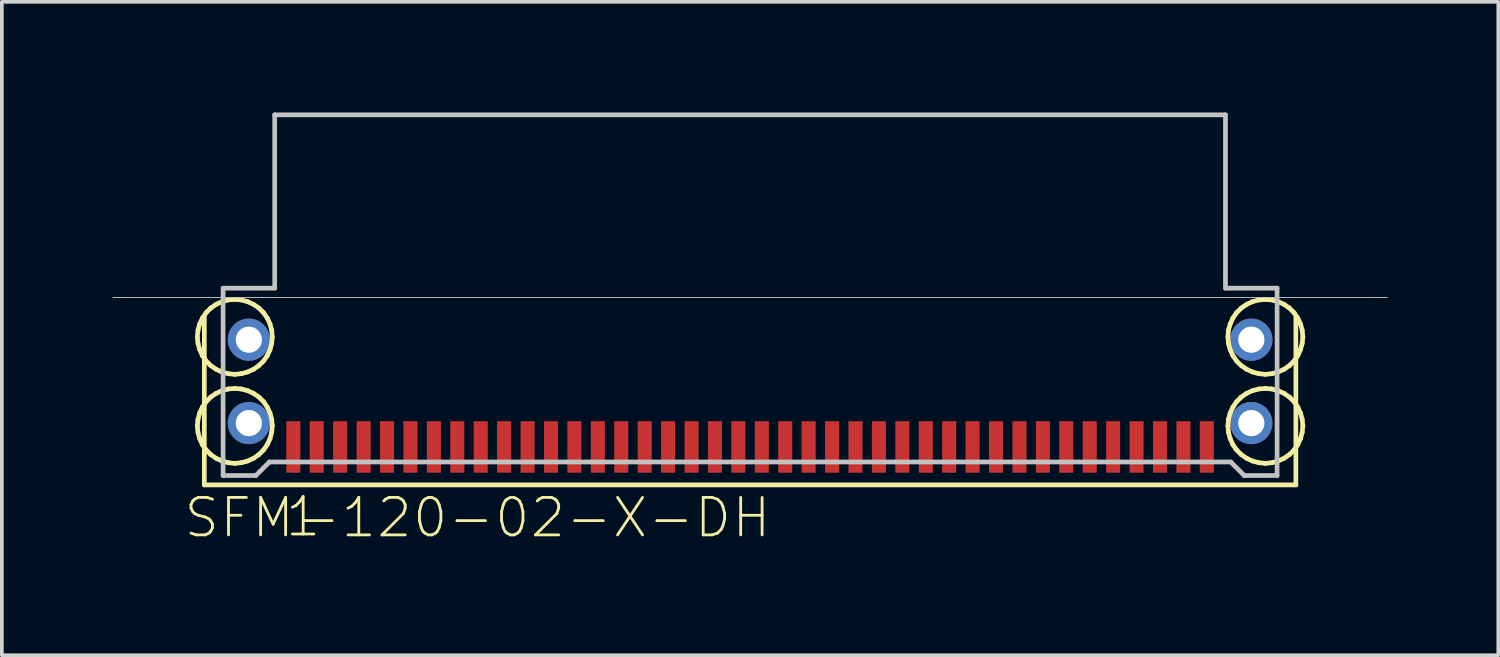
<source format=kicad_pcb>
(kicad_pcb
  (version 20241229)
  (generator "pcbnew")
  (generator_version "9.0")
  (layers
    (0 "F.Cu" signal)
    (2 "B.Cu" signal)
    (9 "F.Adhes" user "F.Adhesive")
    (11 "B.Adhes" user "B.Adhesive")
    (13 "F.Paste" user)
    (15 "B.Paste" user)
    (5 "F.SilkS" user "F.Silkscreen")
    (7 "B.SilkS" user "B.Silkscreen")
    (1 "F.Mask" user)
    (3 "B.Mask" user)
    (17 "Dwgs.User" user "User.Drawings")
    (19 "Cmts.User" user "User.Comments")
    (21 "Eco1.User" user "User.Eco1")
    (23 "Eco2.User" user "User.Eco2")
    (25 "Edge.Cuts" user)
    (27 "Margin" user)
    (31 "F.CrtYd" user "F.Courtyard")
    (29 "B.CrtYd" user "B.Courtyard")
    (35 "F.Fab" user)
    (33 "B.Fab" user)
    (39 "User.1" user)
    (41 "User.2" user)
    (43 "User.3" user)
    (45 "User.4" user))
  (footprint "SFM-120-02-X-DH"
    (layer "F.Cu")
    (at 17.285 5.016)
    (property "Reference" "SFM-120-02-X-DH" (at -7.391 5.969 0) (layer "F.SilkS") (effects (font (size 1.016 1.016) (thickness 0.076))))
    (attr smd)
    (fp_line (start -14.986 1.067) (end -14.968 0.889) (stroke (width 0.127) (type solid)) (layer "F.SilkS"))
    (fp_line (start -14.986 3.48) (end -14.968 3.302) (stroke (width 0.127) (type solid)) (layer "F.SilkS"))
    (fp_line (start -14.968 0.889) (end -14.922 0.719) (stroke (width 0.127) (type solid)) (layer "F.SilkS"))
    (fp_line (start -14.968 1.242) (end -14.986 1.067) (stroke (width 0.127) (type solid)) (layer "F.SilkS"))
    (fp_line (start -14.968 3.302) (end -14.922 3.132) (stroke (width 0.127) (type solid)) (layer "F.SilkS"))
    (fp_line (start -14.968 3.655) (end -14.986 3.48) (stroke (width 0.127) (type solid)) (layer "F.SilkS"))
    (fp_line (start -14.922 0.719) (end -14.849 0.559) (stroke (width 0.127) (type solid)) (layer "F.SilkS"))
    (fp_line (start -14.922 1.412) (end -14.968 1.242) (stroke (width 0.127) (type solid)) (layer "F.SilkS"))
    (fp_line (start -14.922 3.132) (end -14.849 2.972) (stroke (width 0.127) (type solid)) (layer "F.SilkS"))
    (fp_line (start -14.922 3.825) (end -14.968 3.655) (stroke (width 0.127) (type solid)) (layer "F.SilkS"))
    (fp_line (start -14.849 0.559) (end -14.747 0.411) (stroke (width 0.127) (type solid)) (layer "F.SilkS"))
    (fp_line (start -14.849 1.575) (end -14.922 1.412) (stroke (width 0.127) (type solid)) (layer "F.SilkS"))
    (fp_line (start -14.849 2.972) (end -14.747 2.824) (stroke (width 0.127) (type solid)) (layer "F.SilkS"))
    (fp_line (start -14.849 3.988) (end -14.922 3.825) (stroke (width 0.127) (type solid)) (layer "F.SilkS"))
    (fp_line (start -14.796 0.508) (end -14.796 5.08) (stroke (width 0.127) (type solid)) (layer "F.SilkS"))
    (fp_line (start -14.796 5.08) (end 14.796 5.08) (stroke (width 0.127) (type solid)) (layer "F.SilkS"))
    (fp_line (start -14.747 0.411) (end -14.623 0.287) (stroke (width 0.127) (type solid)) (layer "F.SilkS"))
    (fp_line (start -14.747 1.72) (end -14.849 1.575) (stroke (width 0.127) (type solid)) (layer "F.SilkS"))
    (fp_line (start -14.747 2.824) (end -14.623 2.7) (stroke (width 0.127) (type solid)) (layer "F.SilkS"))
    (fp_line (start -14.747 4.133) (end -14.849 3.988) (stroke (width 0.127) (type solid)) (layer "F.SilkS"))
    (fp_line (start -14.623 0.287) (end -14.475 0.185) (stroke (width 0.127) (type solid)) (layer "F.SilkS"))
    (fp_line (start -14.623 1.844) (end -14.747 1.72) (stroke (width 0.127) (type solid)) (layer "F.SilkS"))
    (fp_line (start -14.623 2.7) (end -14.475 2.598) (stroke (width 0.127) (type solid)) (layer "F.SilkS"))
    (fp_line (start -14.623 4.257) (end -14.747 4.133) (stroke (width 0.127) (type solid)) (layer "F.SilkS"))
    (fp_line (start -14.475 0.185) (end -14.315 0.112) (stroke (width 0.127) (type solid)) (layer "F.SilkS"))
    (fp_line (start -14.475 1.946) (end -14.623 1.844) (stroke (width 0.127) (type solid)) (layer "F.SilkS"))
    (fp_line (start -14.475 2.598) (end -14.315 2.525) (stroke (width 0.127) (type solid)) (layer "F.SilkS"))
    (fp_line (start -14.475 4.359) (end -14.623 4.257) (stroke (width 0.127) (type solid)) (layer "F.SilkS"))
    (fp_line (start -14.315 0.112) (end -14.145 0.066) (stroke (width 0.127) (type solid)) (layer "F.SilkS"))
    (fp_line (start -14.315 2.019) (end -14.475 1.946) (stroke (width 0.127) (type solid)) (layer "F.SilkS"))
    (fp_line (start -14.315 2.525) (end -14.145 2.479) (stroke (width 0.127) (type solid)) (layer "F.SilkS"))
    (fp_line (start -14.315 4.432) (end -14.475 4.359) (stroke (width 0.127) (type solid)) (layer "F.SilkS"))
    (fp_line (start -14.145 0.066) (end -13.97 0.051) (stroke (width 0.127) (type solid)) (layer "F.SilkS"))
    (fp_line (start -14.145 2.065) (end -14.315 2.019) (stroke (width 0.127) (type solid)) (layer "F.SilkS"))
    (fp_line (start -14.145 2.479) (end -13.97 2.464) (stroke (width 0.127) (type solid)) (layer "F.SilkS"))
    (fp_line (start -14.145 4.478) (end -14.315 4.432) (stroke (width 0.127) (type solid)) (layer "F.SilkS"))
    (fp_line (start -13.97 0.051) (end -13.792 0.066) (stroke (width 0.127) (type solid)) (layer "F.SilkS"))
    (fp_line (start -13.97 2.083) (end -14.145 2.065) (stroke (width 0.127) (type solid)) (layer "F.SilkS"))
    (fp_line (start -13.97 2.464) (end -13.792 2.479) (stroke (width 0.127) (type solid)) (layer "F.SilkS"))
    (fp_line (start -13.97 4.496) (end -14.145 4.478) (stroke (width 0.127) (type solid)) (layer "F.SilkS"))
    (fp_line (start -13.792 0.066) (end -13.622 0.112) (stroke (width 0.127) (type solid)) (layer "F.SilkS"))
    (fp_line (start -13.792 2.065) (end -13.97 2.083) (stroke (width 0.127) (type solid)) (layer "F.SilkS"))
    (fp_line (start -13.792 2.479) (end -13.622 2.525) (stroke (width 0.127) (type solid)) (layer "F.SilkS"))
    (fp_line (start -13.792 4.478) (end -13.97 4.496) (stroke (width 0.127) (type solid)) (layer "F.SilkS"))
    (fp_line (start -13.622 0.112) (end -13.462 0.185) (stroke (width 0.127) (type solid)) (layer "F.SilkS"))
    (fp_line (start -13.622 2.019) (end -13.792 2.065) (stroke (width 0.127) (type solid)) (layer "F.SilkS"))
    (fp_line (start -13.622 2.525) (end -13.462 2.598) (stroke (width 0.127) (type solid)) (layer "F.SilkS"))
    (fp_line (start -13.622 4.432) (end -13.792 4.478) (stroke (width 0.127) (type solid)) (layer "F.SilkS"))
    (fp_line (start -13.462 0.185) (end -13.315 0.287) (stroke (width 0.127) (type solid)) (layer "F.SilkS"))
    (fp_line (start -13.462 1.946) (end -13.622 2.019) (stroke (width 0.127) (type solid)) (layer "F.SilkS"))
    (fp_line (start -13.462 2.598) (end -13.315 2.7) (stroke (width 0.127) (type solid)) (layer "F.SilkS"))
    (fp_line (start -13.462 4.359) (end -13.622 4.432) (stroke (width 0.127) (type solid)) (layer "F.SilkS"))
    (fp_line (start -13.315 0.287) (end -13.19 0.411) (stroke (width 0.127) (type solid)) (layer "F.SilkS"))
    (fp_line (start -13.315 1.844) (end -13.462 1.946) (stroke (width 0.127) (type solid)) (layer "F.SilkS"))
    (fp_line (start -13.315 2.7) (end -13.19 2.824) (stroke (width 0.127) (type solid)) (layer "F.SilkS"))
    (fp_line (start -13.315 4.257) (end -13.462 4.359) (stroke (width 0.127) (type solid)) (layer "F.SilkS"))
    (fp_line (start -13.19 0.411) (end -13.089 0.559) (stroke (width 0.127) (type solid)) (layer "F.SilkS"))
    (fp_line (start -13.19 1.72) (end -13.315 1.844) (stroke (width 0.127) (type solid)) (layer "F.SilkS"))
    (fp_line (start -13.19 2.824) (end -13.089 2.972) (stroke (width 0.127) (type solid)) (layer "F.SilkS"))
    (fp_line (start -13.19 4.133) (end -13.315 4.257) (stroke (width 0.127) (type solid)) (layer "F.SilkS"))
    (fp_line (start -13.089 0.559) (end -13.015 0.719) (stroke (width 0.127) (type solid)) (layer "F.SilkS"))
    (fp_line (start -13.089 1.575) (end -13.19 1.72) (stroke (width 0.127) (type solid)) (layer "F.SilkS"))
    (fp_line (start -13.089 2.972) (end -13.015 3.132) (stroke (width 0.127) (type solid)) (layer "F.SilkS"))
    (fp_line (start -13.089 3.988) (end -13.19 4.133) (stroke (width 0.127) (type solid)) (layer "F.SilkS"))
    (fp_line (start -13.015 0.719) (end -12.969 0.889) (stroke (width 0.127) (type solid)) (layer "F.SilkS"))
    (fp_line (start -13.015 1.412) (end -13.089 1.575) (stroke (width 0.127) (type solid)) (layer "F.SilkS"))
    (fp_line (start -13.015 3.132) (end -12.969 3.302) (stroke (width 0.127) (type solid)) (layer "F.SilkS"))
    (fp_line (start -13.015 3.825) (end -13.089 3.988) (stroke (width 0.127) (type solid)) (layer "F.SilkS"))
    (fp_line (start -12.969 0.889) (end -12.954 1.067) (stroke (width 0.127) (type solid)) (layer "F.SilkS"))
    (fp_line (start -12.969 1.242) (end -13.015 1.412) (stroke (width 0.127) (type solid)) (layer "F.SilkS"))
    (fp_line (start -12.969 3.302) (end -12.954 3.48) (stroke (width 0.127) (type solid)) (layer "F.SilkS"))
    (fp_line (start -12.969 3.655) (end -13.015 3.825) (stroke (width 0.127) (type solid)) (layer "F.SilkS"))
    (fp_line (start -12.954 1.067) (end -12.969 1.242) (stroke (width 0.127) (type solid)) (layer "F.SilkS"))
    (fp_line (start -12.954 3.48) (end -12.969 3.655) (stroke (width 0.127) (type solid)) (layer "F.SilkS"))
    (fp_line (start 12.954 1.067) (end 12.969 0.889) (stroke (width 0.127) (type solid)) (layer "F.SilkS"))
    (fp_line (start 12.954 3.48) (end 12.969 3.302) (stroke (width 0.127) (type solid)) (layer "F.SilkS"))
    (fp_line (start 12.969 0.889) (end 13.015 0.719) (stroke (width 0.127) (type solid)) (layer "F.SilkS"))
    (fp_line (start 12.969 1.242) (end 12.954 1.067) (stroke (width 0.127) (type solid)) (layer "F.SilkS"))
    (fp_line (start 12.969 3.302) (end 13.015 3.132) (stroke (width 0.127) (type solid)) (layer "F.SilkS"))
    (fp_line (start 12.969 3.655) (end 12.954 3.48) (stroke (width 0.127) (type solid)) (layer "F.SilkS"))
    (fp_line (start 13.015 0.719) (end 13.089 0.559) (stroke (width 0.127) (type solid)) (layer "F.SilkS"))
    (fp_line (start 13.015 1.412) (end 12.969 1.242) (stroke (width 0.127) (type solid)) (layer "F.SilkS"))
    (fp_line (start 13.015 3.132) (end 13.089 2.972) (stroke (width 0.127) (type solid)) (layer "F.SilkS"))
    (fp_line (start 13.015 3.825) (end 12.969 3.655) (stroke (width 0.127) (type solid)) (layer "F.SilkS"))
    (fp_line (start 13.089 0.559) (end 13.19 0.411) (stroke (width 0.127) (type solid)) (layer "F.SilkS"))
    (fp_line (start 13.089 1.575) (end 13.015 1.412) (stroke (width 0.127) (type solid)) (layer "F.SilkS"))
    (fp_line (start 13.089 2.972) (end 13.19 2.824) (stroke (width 0.127) (type solid)) (layer "F.SilkS"))
    (fp_line (start 13.089 3.988) (end 13.015 3.825) (stroke (width 0.127) (type solid)) (layer "F.SilkS"))
    (fp_line (start 13.19 0.411) (end 13.315 0.287) (stroke (width 0.127) (type solid)) (layer "F.SilkS"))
    (fp_line (start 13.19 1.72) (end 13.089 1.575) (stroke (width 0.127) (type solid)) (layer "F.SilkS"))
    (fp_line (start 13.19 2.824) (end 13.315 2.7) (stroke (width 0.127) (type solid)) (layer "F.SilkS"))
    (fp_line (start 13.19 4.133) (end 13.089 3.988) (stroke (width 0.127) (type solid)) (layer "F.SilkS"))
    (fp_line (start 13.315 0.287) (end 13.462 0.185) (stroke (width 0.127) (type solid)) (layer "F.SilkS"))
    (fp_line (start 13.315 1.844) (end 13.19 1.72) (stroke (width 0.127) (type solid)) (layer "F.SilkS"))
    (fp_line (start 13.315 2.7) (end 13.462 2.598) (stroke (width 0.127) (type solid)) (layer "F.SilkS"))
    (fp_line (start 13.315 4.257) (end 13.19 4.133) (stroke (width 0.127) (type solid)) (layer "F.SilkS"))
    (fp_line (start 13.462 0.185) (end 13.622 0.112) (stroke (width 0.127) (type solid)) (layer "F.SilkS"))
    (fp_line (start 13.462 1.946) (end 13.315 1.844) (stroke (width 0.127) (type solid)) (layer "F.SilkS"))
    (fp_line (start 13.462 2.598) (end 13.622 2.525) (stroke (width 0.127) (type solid)) (layer "F.SilkS"))
    (fp_line (start 13.462 4.359) (end 13.315 4.257) (stroke (width 0.127) (type solid)) (layer "F.SilkS"))
    (fp_line (start 13.622 0.112) (end 13.792 0.066) (stroke (width 0.127) (type solid)) (layer "F.SilkS"))
    (fp_line (start 13.622 2.019) (end 13.462 1.946) (stroke (width 0.127) (type solid)) (layer "F.SilkS"))
    (fp_line (start 13.622 2.525) (end 13.792 2.479) (stroke (width 0.127) (type solid)) (layer "F.SilkS"))
    (fp_line (start 13.622 4.432) (end 13.462 4.359) (stroke (width 0.127) (type solid)) (layer "F.SilkS"))
    (fp_line (start 13.792 0.066) (end 13.97 0.051) (stroke (width 0.127) (type solid)) (layer "F.SilkS"))
    (fp_line (start 13.792 2.065) (end 13.622 2.019) (stroke (width 0.127) (type solid)) (layer "F.SilkS"))
    (fp_line (start 13.792 2.479) (end 13.97 2.464) (stroke (width 0.127) (type solid)) (layer "F.SilkS"))
    (fp_line (start 13.792 4.478) (end 13.622 4.432) (stroke (width 0.127) (type solid)) (layer "F.SilkS"))
    (fp_line (start 13.97 0.051) (end 14.145 0.066) (stroke (width 0.127) (type solid)) (layer "F.SilkS"))
    (fp_line (start 13.97 2.083) (end 13.792 2.065) (stroke (width 0.127) (type solid)) (layer "F.SilkS"))
    (fp_line (start 13.97 2.464) (end 14.145 2.479) (stroke (width 0.127) (type solid)) (layer "F.SilkS"))
    (fp_line (start 13.97 4.496) (end 13.792 4.478) (stroke (width 0.127) (type solid)) (layer "F.SilkS"))
    (fp_line (start 14.145 0.066) (end 14.315 0.112) (stroke (width 0.127) (type solid)) (layer "F.SilkS"))
    (fp_line (start 14.145 2.065) (end 13.97 2.083) (stroke (width 0.127) (type solid)) (layer "F.SilkS"))
    (fp_line (start 14.145 2.479) (end 14.315 2.525) (stroke (width 0.127) (type solid)) (layer "F.SilkS"))
    (fp_line (start 14.145 4.478) (end 13.97 4.496) (stroke (width 0.127) (type solid)) (layer "F.SilkS"))
    (fp_line (start 14.315 0.112) (end 14.475 0.185) (stroke (width 0.127) (type solid)) (layer "F.SilkS"))
    (fp_line (start 14.315 2.019) (end 14.145 2.065) (stroke (width 0.127) (type solid)) (layer "F.SilkS"))
    (fp_line (start 14.315 2.525) (end 14.475 2.598) (stroke (width 0.127) (type solid)) (layer "F.SilkS"))
    (fp_line (start 14.315 4.432) (end 14.145 4.478) (stroke (width 0.127) (type solid)) (layer "F.SilkS"))
    (fp_line (start 14.475 0.185) (end 14.623 0.287) (stroke (width 0.127) (type solid)) (layer "F.SilkS"))
    (fp_line (start 14.475 1.946) (end 14.315 2.019) (stroke (width 0.127) (type solid)) (layer "F.SilkS"))
    (fp_line (start 14.475 2.598) (end 14.623 2.7) (stroke (width 0.127) (type solid)) (layer "F.SilkS"))
    (fp_line (start 14.475 4.359) (end 14.315 4.432) (stroke (width 0.127) (type solid)) (layer "F.SilkS"))
    (fp_line (start 14.623 0.287) (end 14.747 0.411) (stroke (width 0.127) (type solid)) (layer "F.SilkS"))
    (fp_line (start 14.623 1.844) (end 14.475 1.946) (stroke (width 0.127) (type solid)) (layer "F.SilkS"))
    (fp_line (start 14.623 2.7) (end 14.747 2.824) (stroke (width 0.127) (type solid)) (layer "F.SilkS"))
    (fp_line (start 14.623 4.257) (end 14.475 4.359) (stroke (width 0.127) (type solid)) (layer "F.SilkS"))
    (fp_line (start 14.747 0.411) (end 14.849 0.559) (stroke (width 0.127) (type solid)) (layer "F.SilkS"))
    (fp_line (start 14.747 1.72) (end 14.623 1.844) (stroke (width 0.127) (type solid)) (layer "F.SilkS"))
    (fp_line (start 14.747 2.824) (end 14.849 2.972) (stroke (width 0.127) (type solid)) (layer "F.SilkS"))
    (fp_line (start 14.747 4.133) (end 14.623 4.257) (stroke (width 0.127) (type solid)) (layer "F.SilkS"))
    (fp_line (start 14.796 5.08) (end 14.796 0.508) (stroke (width 0.127) (type solid)) (layer "F.SilkS"))
    (fp_line (start 14.849 0.559) (end 14.922 0.719) (stroke (width 0.127) (type solid)) (layer "F.SilkS"))
    (fp_line (start 14.849 1.575) (end 14.747 1.72) (stroke (width 0.127) (type solid)) (layer "F.SilkS"))
    (fp_line (start 14.849 2.972) (end 14.922 3.132) (stroke (width 0.127) (type solid)) (layer "F.SilkS"))
    (fp_line (start 14.849 3.988) (end 14.747 4.133) (stroke (width 0.127) (type solid)) (layer "F.SilkS"))
    (fp_line (start 14.922 0.719) (end 14.968 0.889) (stroke (width 0.127) (type solid)) (layer "F.SilkS"))
    (fp_line (start 14.922 1.412) (end 14.849 1.575) (stroke (width 0.127) (type solid)) (layer "F.SilkS"))
    (fp_line (start 14.922 3.132) (end 14.968 3.302) (stroke (width 0.127) (type solid)) (layer "F.SilkS"))
    (fp_line (start 14.922 3.825) (end 14.849 3.988) (stroke (width 0.127) (type solid)) (layer "F.SilkS"))
    (fp_line (start 14.968 0.889) (end 14.986 1.067) (stroke (width 0.127) (type solid)) (layer "F.SilkS"))
    (fp_line (start 14.968 1.242) (end 14.922 1.412) (stroke (width 0.127) (type solid)) (layer "F.SilkS"))
    (fp_line (start 14.968 3.302) (end 14.986 3.48) (stroke (width 0.127) (type solid)) (layer "F.SilkS"))
    (fp_line (start 14.968 3.655) (end 14.922 3.825) (stroke (width 0.127) (type solid)) (layer "F.SilkS"))
    (fp_line (start 14.986 1.067) (end 14.968 1.242) (stroke (width 0.127) (type solid)) (layer "F.SilkS"))
    (fp_line (start 14.986 3.48) (end 14.968 3.655) (stroke (width 0.127) (type solid)) (layer "F.SilkS"))
    (fp_line (start -17.272 0) (end 17.272 0) (stroke (width 0.025) (type solid)) (layer "Dwgs.User"))
    (fp_line (start -14.287 -0.254) (end -12.888 -0.254) (stroke (width 0.127) (type solid)) (layer "Dwgs.User"))
    (fp_line (start -14.287 4.826) (end -14.287 -0.254) (stroke (width 0.127) (type solid)) (layer "Dwgs.User"))
    (fp_line (start -13.399 4.826) (end -14.287 4.826) (stroke (width 0.127) (type solid)) (layer "Dwgs.User"))
    (fp_line (start -13.03 4.458) (end -13.399 4.826) (stroke (width 0.127) (type solid)) (layer "Dwgs.User"))
    (fp_line (start -12.888 -4.953) (end 12.888 -4.953) (stroke (width 0.127) (type solid)) (layer "Dwgs.User"))
    (fp_line (start -12.888 -0.254) (end -12.888 -4.953) (stroke (width 0.127) (type solid)) (layer "Dwgs.User"))
    (fp_line (start 12.888 -4.953) (end 12.888 -0.254) (stroke (width 0.127) (type solid)) (layer "Dwgs.User"))
    (fp_line (start 12.888 -0.254) (end 14.287 -0.254) (stroke (width 0.127) (type solid)) (layer "Dwgs.User"))
    (fp_line (start 13.03 4.458) (end -13.03 4.458) (stroke (width 0.127) (type solid)) (layer "Dwgs.User"))
    (fp_line (start 13.399 4.826) (end 13.03 4.458) (stroke (width 0.127) (type solid)) (layer "Dwgs.User"))
    (fp_line (start 14.287 -0.254) (end 14.287 4.826) (stroke (width 0.127) (type solid)) (layer "Dwgs.User"))
    (fp_line (start 14.287 4.826) (end 13.399 4.826) (stroke (width 0.127) (type solid)) (layer "Dwgs.User"))
    (fp_text user "1" (at -12.116 5.944 0) (layer "F.SilkS") (effects (font (size 1.016 1.016) (thickness 0.076))))
    (pad "1" smd rect (at -12.383 4.051) (size 0.381 1.397) (layers "F.Cu" "F.Mask" "F.Paste"))
    (pad "2" smd rect (at -11.748 4.051) (size 0.381 1.397) (layers "F.Cu" "F.Mask" "F.Paste"))
    (pad "3" smd rect (at -11.113 4.051) (size 0.381 1.397) (layers "F.Cu" "F.Mask" "F.Paste"))
    (pad "4" smd rect (at -10.477 4.051) (size 0.381 1.397) (layers "F.Cu" "F.Mask" "F.Paste"))
    (pad "5" smd rect (at -9.842 4.051) (size 0.381 1.397) (layers "F.Cu" "F.Mask" "F.Paste"))
    (pad "6" smd rect (at -9.207 4.051) (size 0.381 1.397) (layers "F.Cu" "F.Mask" "F.Paste"))
    (pad "7" smd rect (at -8.572 4.051) (size 0.381 1.397) (layers "F.Cu" "F.Mask" "F.Paste"))
    (pad "8" smd rect (at -7.938 4.051) (size 0.381 1.397) (layers "F.Cu" "F.Mask" "F.Paste"))
    (pad "9" smd rect (at -7.303 4.051) (size 0.381 1.397) (layers "F.Cu" "F.Mask" "F.Paste"))
    (pad "10" smd rect (at -6.668 4.051) (size 0.381 1.397) (layers "F.Cu" "F.Mask" "F.Paste"))
    (pad "11" smd rect (at -6.032 4.051) (size 0.381 1.397) (layers "F.Cu" "F.Mask" "F.Paste"))
    (pad "12" smd rect (at -5.397 4.051) (size 0.381 1.397) (layers "F.Cu" "F.Mask" "F.Paste"))
    (pad "13" smd rect (at -4.763 4.051) (size 0.381 1.397) (layers "F.Cu" "F.Mask" "F.Paste"))
    (pad "14" smd rect (at -4.128 4.051) (size 0.381 1.397) (layers "F.Cu" "F.Mask" "F.Paste"))
    (pad "15" smd rect (at -3.493 4.051) (size 0.381 1.397) (layers "F.Cu" "F.Mask" "F.Paste"))
    (pad "16" smd rect (at -2.857 4.051) (size 0.381 1.397) (layers "F.Cu" "F.Mask" "F.Paste"))
    (pad "17" smd rect (at -2.223 4.051) (size 0.381 1.397) (layers "F.Cu" "F.Mask" "F.Paste"))
    (pad "18" smd rect (at -1.587 4.051) (size 0.381 1.397) (layers "F.Cu" "F.Mask" "F.Paste"))
    (pad "19" smd rect (at -0.953 4.051) (size 0.381 1.397) (layers "F.Cu" "F.Mask" "F.Paste"))
    (pad "20" smd rect (at -0.318 4.051) (size 0.381 1.397) (layers "F.Cu" "F.Mask" "F.Paste"))
    (pad "21" smd rect (at 0.318 4.051) (size 0.381 1.397) (layers "F.Cu" "F.Mask" "F.Paste"))
    (pad "22" smd rect (at 0.953 4.051) (size 0.381 1.397) (layers "F.Cu" "F.Mask" "F.Paste"))
    (pad "23" smd rect (at 1.587 4.051) (size 0.381 1.397) (layers "F.Cu" "F.Mask" "F.Paste"))
    (pad "24" smd rect (at 2.223 4.051) (size 0.381 1.397) (layers "F.Cu" "F.Mask" "F.Paste"))
    (pad "25" smd rect (at 2.857 4.051) (size 0.381 1.397) (layers "F.Cu" "F.Mask" "F.Paste"))
    (pad "26" smd rect (at 3.493 4.051) (size 0.381 1.397) (layers "F.Cu" "F.Mask" "F.Paste"))
    (pad "27" smd rect (at 4.128 4.051) (size 0.381 1.397) (layers "F.Cu" "F.Mask" "F.Paste"))
    (pad "28" smd rect (at 4.763 4.051) (size 0.381 1.397) (layers "F.Cu" "F.Mask" "F.Paste"))
    (pad "29" smd rect (at 5.397 4.051) (size 0.381 1.397) (layers "F.Cu" "F.Mask" "F.Paste"))
    (pad "30" smd rect (at 6.032 4.051) (size 0.381 1.397) (layers "F.Cu" "F.Mask" "F.Paste"))
    (pad "31" smd rect (at 6.668 4.051) (size 0.381 1.397) (layers "F.Cu" "F.Mask" "F.Paste"))
    (pad "32" smd rect (at 7.303 4.051) (size 0.381 1.397) (layers "F.Cu" "F.Mask" "F.Paste"))
    (pad "33" smd rect (at 7.938 4.051) (size 0.381 1.397) (layers "F.Cu" "F.Mask" "F.Paste"))
    (pad "34" smd rect (at 8.572 4.051) (size 0.381 1.397) (layers "F.Cu" "F.Mask" "F.Paste"))
    (pad "35" smd rect (at 9.207 4.051) (size 0.381 1.397) (layers "F.Cu" "F.Mask" "F.Paste"))
    (pad "36" smd rect (at 9.842 4.051) (size 0.381 1.397) (layers "F.Cu" "F.Mask" "F.Paste"))
    (pad "37" smd rect (at 10.477 4.051) (size 0.381 1.397) (layers "F.Cu" "F.Mask" "F.Paste"))
    (pad "38" smd rect (at 11.113 4.051) (size 0.381 1.397) (layers "F.Cu" "F.Mask" "F.Paste"))
    (pad "39" smd rect (at 11.748 4.051) (size 0.381 1.397) (layers "F.Cu" "F.Mask" "F.Paste"))
    (pad "40" smd rect (at 12.383 4.051) (size 0.381 1.397) (layers "F.Cu" "F.Mask" "F.Paste"))
    (pad "G1" thru_hole circle (at -13.589 1.143) (size 1.143 1.143) (drill 0.711) (layers "*.Cu" "*.Paste" "*.Mask"))
    (pad "G2" thru_hole circle (at 13.589 1.143) (size 1.143 1.143) (drill 0.711) (layers "*.Cu" "*.Paste" "*.Mask"))
    (pad "G3" thru_hole circle (at -13.589 3.404) (size 1.143 1.143) (drill 0.711) (layers "*.Cu" "*.Paste" "*.Mask"))
    (pad "G4" thru_hole circle (at 13.589 3.404) (size 1.143 1.143) (drill 0.711) (layers "*.Cu" "*.Paste" "*.Mask")))
  (gr_rect
    (start -3 -3)
    (end 37.569 14.714)
    (stroke (width 0.1) (type default))
    (fill no)
    (layer "Edge.Cuts")))
</source>
